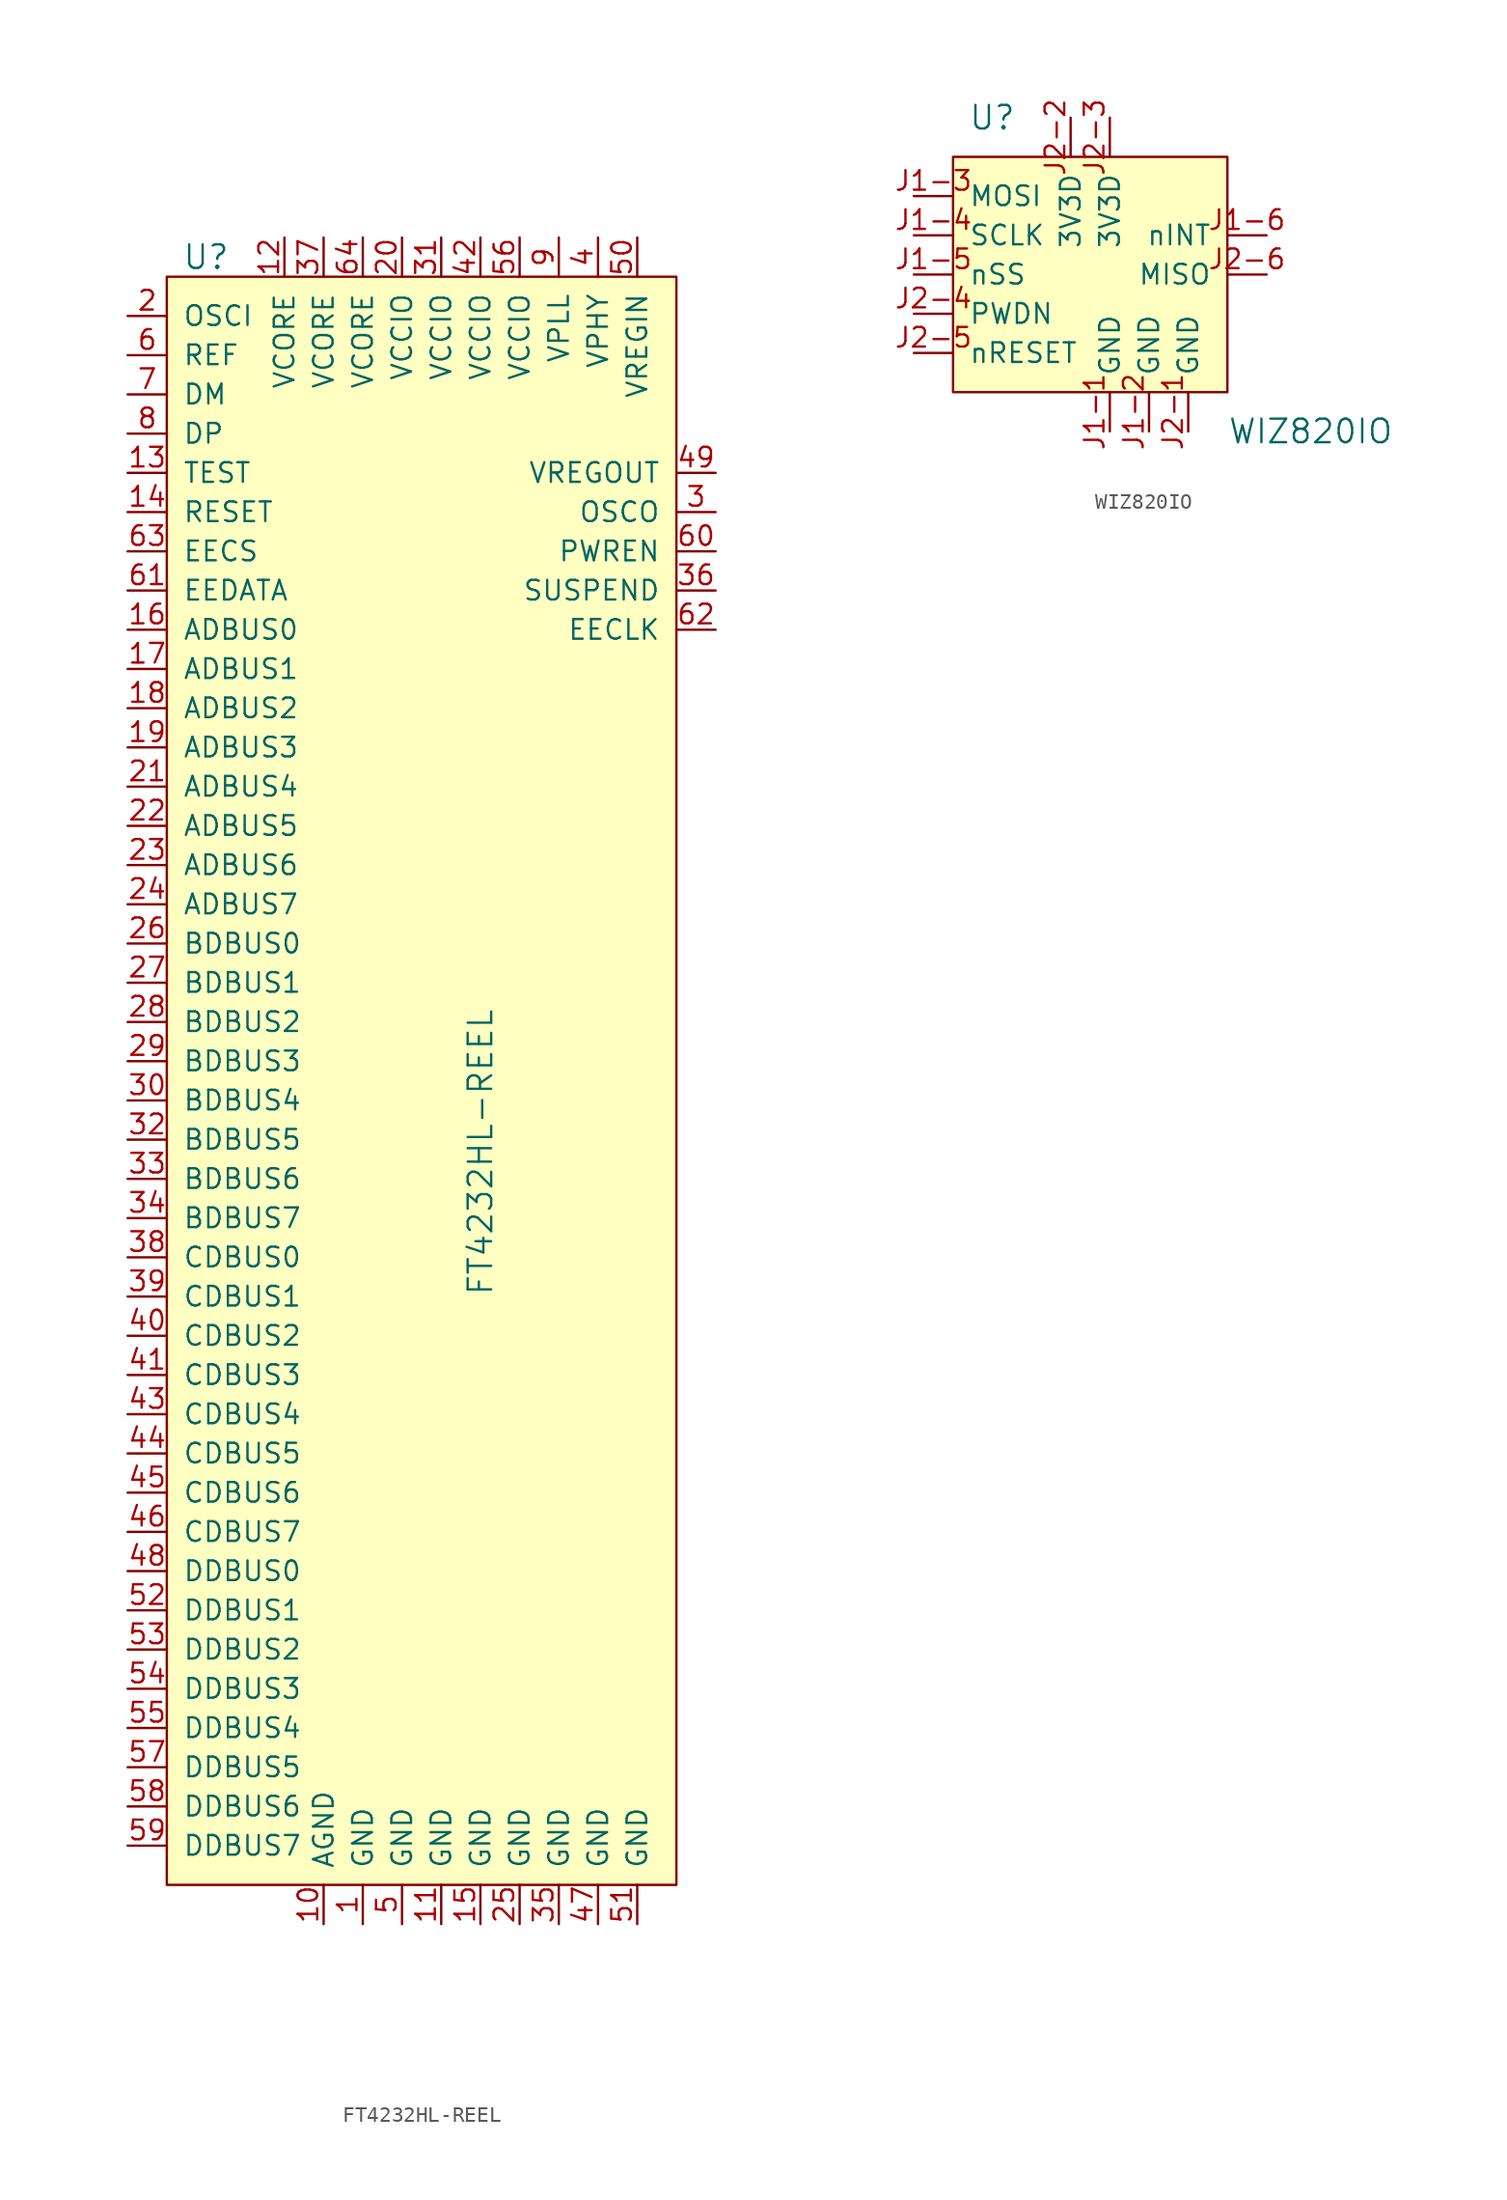
<source format=kicad_sym>
(kicad_symbol_lib
  (version 20211014)
  (generator kicad_symbol_editor)
  (symbol "FT4232HL-REEL"
    (pin_names
      (offset 1.016))
    (property "Reference" "U"
      (at -15.24 59.69 0)
      (effects (font (size 1.524 1.524))))
    (property "Value" "FT4232HL-REEL"
      (at 2.54 -7.62 90)
      (effects (font (size 1.524 1.524)) (justify left)))
    (symbol "FT4232HL-REEL_0_1"
      (rectangle (start -17.78 58.42) (end 15.24 -45.72) (stroke (width 0) (type default) (color 0 0 0 0)) (fill (type background))))
    (symbol "FT4232HL-REEL_1_1"
      (pin power_in line (at -5.08 -48.26 90) (length 2.54) (name "GND" (effects (font (size 1.27 1.27)))) (number "1" (effects (font (size 1.27 1.27)))))
      (pin power_in line (at -7.62 -48.26 90) (length 2.54) (name "AGND" (effects (font (size 1.27 1.27)))) (number "10" (effects (font (size 1.27 1.27)))))
      (pin power_in line (at 0 -48.26 90) (length 2.54) (name "GND" (effects (font (size 1.27 1.27)))) (number "11" (effects (font (size 1.27 1.27)))))
      (pin power_in line (at -10.16 60.96 270) (length 2.54) (name "VCORE" (effects (font (size 1.27 1.27)))) (number "12" (effects (font (size 1.27 1.27)))))
      (pin input line (at -20.32 45.72 0) (length 2.54) (name "TEST" (effects (font (size 1.27 1.27)))) (number "13" (effects (font (size 1.27 1.27)))))
      (pin input line (at -20.32 43.18 0) (length 2.54) (name "RESET" (effects (font (size 1.27 1.27)))) (number "14" (effects (font (size 1.27 1.27)))))
      (pin power_in line (at 2.54 -48.26 90) (length 2.54) (name "GND" (effects (font (size 1.27 1.27)))) (number "15" (effects (font (size 1.27 1.27)))))
      (pin bidirectional line (at -20.32 35.56 0) (length 2.54) (name "ADBUS0" (effects (font (size 1.27 1.27)))) (number "16" (effects (font (size 1.27 1.27)))))
      (pin bidirectional line (at -20.32 33.02 0) (length 2.54) (name "ADBUS1" (effects (font (size 1.27 1.27)))) (number "17" (effects (font (size 1.27 1.27)))))
      (pin bidirectional line (at -20.32 30.48 0) (length 2.54) (name "ADBUS2" (effects (font (size 1.27 1.27)))) (number "18" (effects (font (size 1.27 1.27)))))
      (pin bidirectional line (at -20.32 27.94 0) (length 2.54) (name "ADBUS3" (effects (font (size 1.27 1.27)))) (number "19" (effects (font (size 1.27 1.27)))))
      (pin input line (at -20.32 55.88 0) (length 2.54) (name "OSCI" (effects (font (size 1.27 1.27)))) (number "2" (effects (font (size 1.27 1.27)))))
      (pin power_in line (at -2.54 60.96 270) (length 2.54) (name "VCCIO" (effects (font (size 1.27 1.27)))) (number "20" (effects (font (size 1.27 1.27)))))
      (pin bidirectional line (at -20.32 25.4 0) (length 2.54) (name "ADBUS4" (effects (font (size 1.27 1.27)))) (number "21" (effects (font (size 1.27 1.27)))))
      (pin bidirectional line (at -20.32 22.86 0) (length 2.54) (name "ADBUS5" (effects (font (size 1.27 1.27)))) (number "22" (effects (font (size 1.27 1.27)))))
      (pin bidirectional line (at -20.32 20.32 0) (length 2.54) (name "ADBUS6" (effects (font (size 1.27 1.27)))) (number "23" (effects (font (size 1.27 1.27)))))
      (pin bidirectional line (at -20.32 17.78 0) (length 2.54) (name "ADBUS7" (effects (font (size 1.27 1.27)))) (number "24" (effects (font (size 1.27 1.27)))))
      (pin power_in line (at 5.08 -48.26 90) (length 2.54) (name "GND" (effects (font (size 1.27 1.27)))) (number "25" (effects (font (size 1.27 1.27)))))
      (pin bidirectional line (at -20.32 15.24 0) (length 2.54) (name "BDBUS0" (effects (font (size 1.27 1.27)))) (number "26" (effects (font (size 1.27 1.27)))))
      (pin bidirectional line (at -20.32 12.7 0) (length 2.54) (name "BDBUS1" (effects (font (size 1.27 1.27)))) (number "27" (effects (font (size 1.27 1.27)))))
      (pin bidirectional line (at -20.32 10.16 0) (length 2.54) (name "BDBUS2" (effects (font (size 1.27 1.27)))) (number "28" (effects (font (size 1.27 1.27)))))
      (pin bidirectional line (at -20.32 7.62 0) (length 2.54) (name "BDBUS3" (effects (font (size 1.27 1.27)))) (number "29" (effects (font (size 1.27 1.27)))))
      (pin output line (at 17.78 43.18 180) (length 2.54) (name "OSCO" (effects (font (size 1.27 1.27)))) (number "3" (effects (font (size 1.27 1.27)))))
      (pin bidirectional line (at -20.32 5.08 0) (length 2.54) (name "BDBUS4" (effects (font (size 1.27 1.27)))) (number "30" (effects (font (size 1.27 1.27)))))
      (pin power_in line (at 0 60.96 270) (length 2.54) (name "VCCIO" (effects (font (size 1.27 1.27)))) (number "31" (effects (font (size 1.27 1.27)))))
      (pin bidirectional line (at -20.32 2.54 0) (length 2.54) (name "BDBUS5" (effects (font (size 1.27 1.27)))) (number "32" (effects (font (size 1.27 1.27)))))
      (pin bidirectional line (at -20.32 0 0) (length 2.54) (name "BDBUS6" (effects (font (size 1.27 1.27)))) (number "33" (effects (font (size 1.27 1.27)))))
      (pin bidirectional line (at -20.32 -2.54 0) (length 2.54) (name "BDBUS7" (effects (font (size 1.27 1.27)))) (number "34" (effects (font (size 1.27 1.27)))))
      (pin power_in line (at 7.62 -48.26 90) (length 2.54) (name "GND" (effects (font (size 1.27 1.27)))) (number "35" (effects (font (size 1.27 1.27)))))
      (pin output line (at 17.78 38.1 180) (length 2.54) (name "SUSPEND" (effects (font (size 1.27 1.27)))) (number "36" (effects (font (size 1.27 1.27)))))
      (pin power_in line (at -7.62 60.96 270) (length 2.54) (name "VCORE" (effects (font (size 1.27 1.27)))) (number "37" (effects (font (size 1.27 1.27)))))
      (pin bidirectional line (at -20.32 -5.08 0) (length 2.54) (name "CDBUS0" (effects (font (size 1.27 1.27)))) (number "38" (effects (font (size 1.27 1.27)))))
      (pin bidirectional line (at -20.32 -7.62 0) (length 2.54) (name "CDBUS1" (effects (font (size 1.27 1.27)))) (number "39" (effects (font (size 1.27 1.27)))))
      (pin power_in line (at 10.16 60.96 270) (length 2.54) (name "VPHY" (effects (font (size 1.27 1.27)))) (number "4" (effects (font (size 1.27 1.27)))))
      (pin bidirectional line (at -20.32 -10.16 0) (length 2.54) (name "CDBUS2" (effects (font (size 1.27 1.27)))) (number "40" (effects (font (size 1.27 1.27)))))
      (pin bidirectional line (at -20.32 -12.7 0) (length 2.54) (name "CDBUS3" (effects (font (size 1.27 1.27)))) (number "41" (effects (font (size 1.27 1.27)))))
      (pin power_in line (at 2.54 60.96 270) (length 2.54) (name "VCCIO" (effects (font (size 1.27 1.27)))) (number "42" (effects (font (size 1.27 1.27)))))
      (pin bidirectional line (at -20.32 -15.24 0) (length 2.54) (name "CDBUS4" (effects (font (size 1.27 1.27)))) (number "43" (effects (font (size 1.27 1.27)))))
      (pin bidirectional line (at -20.32 -17.78 0) (length 2.54) (name "CDBUS5" (effects (font (size 1.27 1.27)))) (number "44" (effects (font (size 1.27 1.27)))))
      (pin bidirectional line (at -20.32 -20.32 0) (length 2.54) (name "CDBUS6" (effects (font (size 1.27 1.27)))) (number "45" (effects (font (size 1.27 1.27)))))
      (pin bidirectional line (at -20.32 -22.86 0) (length 2.54) (name "CDBUS7" (effects (font (size 1.27 1.27)))) (number "46" (effects (font (size 1.27 1.27)))))
      (pin power_in line (at 10.16 -48.26 90) (length 2.54) (name "GND" (effects (font (size 1.27 1.27)))) (number "47" (effects (font (size 1.27 1.27)))))
      (pin bidirectional line (at -20.32 -25.4 0) (length 2.54) (name "DDBUS0" (effects (font (size 1.27 1.27)))) (number "48" (effects (font (size 1.27 1.27)))))
      (pin power_out line (at 17.78 45.72 180) (length 2.54) (name "VREGOUT" (effects (font (size 1.27 1.27)))) (number "49" (effects (font (size 1.27 1.27)))))
      (pin power_in line (at -2.54 -48.26 90) (length 2.54) (name "GND" (effects (font (size 1.27 1.27)))) (number "5" (effects (font (size 1.27 1.27)))))
      (pin power_in line (at 12.7 60.96 270) (length 2.54) (name "VREGIN" (effects (font (size 1.27 1.27)))) (number "50" (effects (font (size 1.27 1.27)))))
      (pin power_in line (at 12.7 -48.26 90) (length 2.54) (name "GND" (effects (font (size 1.27 1.27)))) (number "51" (effects (font (size 1.27 1.27)))))
      (pin bidirectional line (at -20.32 -27.94 0) (length 2.54) (name "DDBUS1" (effects (font (size 1.27 1.27)))) (number "52" (effects (font (size 1.27 1.27)))))
      (pin bidirectional line (at -20.32 -30.48 0) (length 2.54) (name "DDBUS2" (effects (font (size 1.27 1.27)))) (number "53" (effects (font (size 1.27 1.27)))))
      (pin bidirectional line (at -20.32 -33.02 0) (length 2.54) (name "DDBUS3" (effects (font (size 1.27 1.27)))) (number "54" (effects (font (size 1.27 1.27)))))
      (pin bidirectional line (at -20.32 -35.56 0) (length 2.54) (name "DDBUS4" (effects (font (size 1.27 1.27)))) (number "55" (effects (font (size 1.27 1.27)))))
      (pin power_in line (at 5.08 60.96 270) (length 2.54) (name "VCCIO" (effects (font (size 1.27 1.27)))) (number "56" (effects (font (size 1.27 1.27)))))
      (pin bidirectional line (at -20.32 -38.1 0) (length 2.54) (name "DDBUS5" (effects (font (size 1.27 1.27)))) (number "57" (effects (font (size 1.27 1.27)))))
      (pin bidirectional line (at -20.32 -40.64 0) (length 2.54) (name "DDBUS6" (effects (font (size 1.27 1.27)))) (number "58" (effects (font (size 1.27 1.27)))))
      (pin bidirectional line (at -20.32 -43.18 0) (length 2.54) (name "DDBUS7" (effects (font (size 1.27 1.27)))) (number "59" (effects (font (size 1.27 1.27)))))
      (pin input line (at -20.32 53.34 0) (length 2.54) (name "REF" (effects (font (size 1.27 1.27)))) (number "6" (effects (font (size 1.27 1.27)))))
      (pin output line (at 17.78 40.64 180) (length 2.54) (name "PWREN" (effects (font (size 1.27 1.27)))) (number "60" (effects (font (size 1.27 1.27)))))
      (pin bidirectional line (at -20.32 38.1 0) (length 2.54) (name "EEDATA" (effects (font (size 1.27 1.27)))) (number "61" (effects (font (size 1.27 1.27)))))
      (pin output line (at 17.78 35.56 180) (length 2.54) (name "EECLK" (effects (font (size 1.27 1.27)))) (number "62" (effects (font (size 1.27 1.27)))))
      (pin bidirectional line (at -20.32 40.64 0) (length 2.54) (name "EECS" (effects (font (size 1.27 1.27)))) (number "63" (effects (font (size 1.27 1.27)))))
      (pin power_in line (at -5.08 60.96 270) (length 2.54) (name "VCORE" (effects (font (size 1.27 1.27)))) (number "64" (effects (font (size 1.27 1.27)))))
      (pin bidirectional line (at -20.32 50.8 0) (length 2.54) (name "DM" (effects (font (size 1.27 1.27)))) (number "7" (effects (font (size 1.27 1.27)))))
      (pin bidirectional line (at -20.32 48.26 0) (length 2.54) (name "DP" (effects (font (size 1.27 1.27)))) (number "8" (effects (font (size 1.27 1.27)))))
      (pin power_in line (at 7.62 60.96 270) (length 2.54) (name "VPLL" (effects (font (size 1.27 1.27)))) (number "9" (effects (font (size 1.27 1.27)))))))
  (symbol "WIZ820IO"
    (pin_names
      (offset 1.016))
    (property "Reference" "U"
      (at -7.62 7.62 0)
      (effects (font (size 1.524 1.524))))
    (property "Value" "WIZ820IO"
      (at 7.62 -12.7 0)
      (effects (font (size 1.524 1.524)) (justify left)))
    (symbol "WIZ820IO_0_1"
      (rectangle (start -10.16 5.08) (end 7.62 -10.16) (stroke (width 0) (type default) (color 0 0 0 0)) (fill (type background))))
    (symbol "WIZ820IO_1_1"
      (pin power_in line (at 0 -12.7 90) (length 2.54) (name "GND" (effects (font (size 1.27 1.27)))) (number "J1-1" (effects (font (size 1.27 1.27)))))
      (pin power_in line (at 2.54 -12.7 90) (length 2.54) (name "GND" (effects (font (size 1.27 1.27)))) (number "J1-2" (effects (font (size 1.27 1.27)))))
      (pin input line (at -12.7 2.54 0) (length 2.54) (name "MOSI" (effects (font (size 1.27 1.27)))) (number "J1-3" (effects (font (size 1.27 1.27)))))
      (pin input line (at -12.7 0 0) (length 2.54) (name "SCLK" (effects (font (size 1.27 1.27)))) (number "J1-4" (effects (font (size 1.27 1.27)))))
      (pin input line (at -12.7 -2.54 0) (length 2.54) (name "nSS" (effects (font (size 1.27 1.27)))) (number "J1-5" (effects (font (size 1.27 1.27)))))
      (pin output line (at 10.16 0 180) (length 2.54) (name "nINT" (effects (font (size 1.27 1.27)))) (number "J1-6" (effects (font (size 1.27 1.27)))))
      (pin power_in line (at 5.08 -12.7 90) (length 2.54) (name "GND" (effects (font (size 1.27 1.27)))) (number "J2-1" (effects (font (size 1.27 1.27)))))
      (pin power_in line (at -2.54 7.62 270) (length 2.54) (name "3V3D" (effects (font (size 1.27 1.27)))) (number "J2-2" (effects (font (size 1.27 1.27)))))
      (pin power_in line (at 0 7.62 270) (length 2.54) (name "3V3D" (effects (font (size 1.27 1.27)))) (number "J2-3" (effects (font (size 1.27 1.27)))))
      (pin input line (at -12.7 -5.08 0) (length 2.54) (name "PWDN" (effects (font (size 1.27 1.27)))) (number "J2-4" (effects (font (size 1.27 1.27)))))
      (pin input line (at -12.7 -7.62 0) (length 2.54) (name "nRESET" (effects (font (size 1.27 1.27)))) (number "J2-5" (effects (font (size 1.27 1.27)))))
      (pin output line (at 10.16 -2.54 180) (length 2.54) (name "MISO" (effects (font (size 1.27 1.27)))) (number "J2-6" (effects (font (size 1.27 1.27))))))))
</source>
